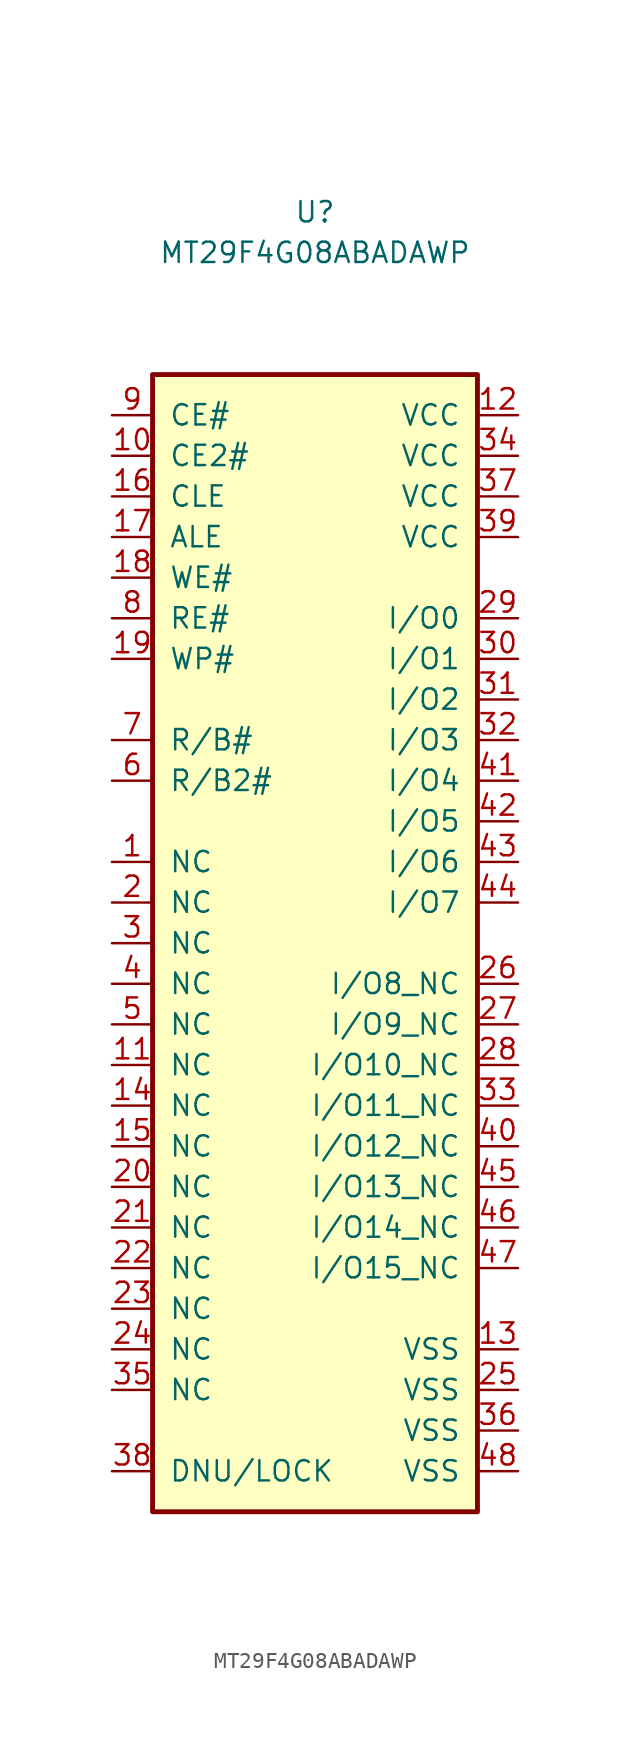
<source format=kicad_sym>
(kicad_symbol_lib
  (version 20211014)
  (generator kicad_symbol_editor)
  (symbol "MT29F4G08ABADAWP"
    (pin_names
      (offset 1.016))
    (property "Reference" "U"
      (at 0 45.72 0)
      (effects (font (size 1.27 1.27))))
    (property "Value" "MT29F4G08ABADAWP"
      (at 0 43.18 0)
      (effects (font (size 1.27 1.27))))
    (symbol "MT29F4G08ABADAWP_0_1"
      (rectangle (start -10.16 35.56) (end 10.16 -35.56) (stroke (width 0.305) (type default) (color 0 0 0 0)) (fill (type background))))
    (symbol "MT29F4G08ABADAWP_1_1"
      (pin passive line (at -12.7 5.08 0) (length 2.54) (name "NC" (effects (font (size 1.27 1.27)))) (number "1" (effects (font (size 1.27 1.27)))))
      (pin input line (at -12.7 30.48 0) (length 2.54) (name "CE2#" (effects (font (size 1.27 1.27)))) (number "10" (effects (font (size 1.27 1.27)))))
      (pin passive line (at -12.7 -7.62 0) (length 2.54) (name "NC" (effects (font (size 1.27 1.27)))) (number "11" (effects (font (size 1.27 1.27)))))
      (pin power_in line (at 12.7 33.02 180) (length 2.54) (name "VCC" (effects (font (size 1.27 1.27)))) (number "12" (effects (font (size 1.27 1.27)))))
      (pin power_in line (at 12.7 -25.4 180) (length 2.54) (name "VSS" (effects (font (size 1.27 1.27)))) (number "13" (effects (font (size 1.27 1.27)))))
      (pin passive line (at -12.7 -10.16 0) (length 2.54) (name "NC" (effects (font (size 1.27 1.27)))) (number "14" (effects (font (size 1.27 1.27)))))
      (pin passive line (at -12.7 -12.7 0) (length 2.54) (name "NC" (effects (font (size 1.27 1.27)))) (number "15" (effects (font (size 1.27 1.27)))))
      (pin input line (at -12.7 27.94 0) (length 2.54) (name "CLE" (effects (font (size 1.27 1.27)))) (number "16" (effects (font (size 1.27 1.27)))))
      (pin input line (at -12.7 25.4 0) (length 2.54) (name "ALE" (effects (font (size 1.27 1.27)))) (number "17" (effects (font (size 1.27 1.27)))))
      (pin input line (at -12.7 22.86 0) (length 2.54) (name "WE#" (effects (font (size 1.27 1.27)))) (number "18" (effects (font (size 1.27 1.27)))))
      (pin input line (at -12.7 17.78 0) (length 2.54) (name "WP#" (effects (font (size 1.27 1.27)))) (number "19" (effects (font (size 1.27 1.27)))))
      (pin passive line (at -12.7 2.54 0) (length 2.54) (name "NC" (effects (font (size 1.27 1.27)))) (number "2" (effects (font (size 1.27 1.27)))))
      (pin passive line (at -12.7 -15.24 0) (length 2.54) (name "NC" (effects (font (size 1.27 1.27)))) (number "20" (effects (font (size 1.27 1.27)))))
      (pin passive line (at -12.7 -17.78 0) (length 2.54) (name "NC" (effects (font (size 1.27 1.27)))) (number "21" (effects (font (size 1.27 1.27)))))
      (pin passive line (at -12.7 -20.32 0) (length 2.54) (name "NC" (effects (font (size 1.27 1.27)))) (number "22" (effects (font (size 1.27 1.27)))))
      (pin passive line (at -12.7 -22.86 0) (length 2.54) (name "NC" (effects (font (size 1.27 1.27)))) (number "23" (effects (font (size 1.27 1.27)))))
      (pin passive line (at -12.7 -25.4 0) (length 2.54) (name "NC" (effects (font (size 1.27 1.27)))) (number "24" (effects (font (size 1.27 1.27)))))
      (pin power_in line (at 12.7 -27.94 180) (length 2.54) (name "VSS" (effects (font (size 1.27 1.27)))) (number "25" (effects (font (size 1.27 1.27)))))
      (pin passive line (at 12.7 -2.54 180) (length 2.54) (name "I/O8_NC" (effects (font (size 1.27 1.27)))) (number "26" (effects (font (size 1.27 1.27)))))
      (pin passive line (at 12.7 -5.08 180) (length 2.54) (name "I/O9_NC" (effects (font (size 1.27 1.27)))) (number "27" (effects (font (size 1.27 1.27)))))
      (pin passive line (at 12.7 -7.62 180) (length 2.54) (name "I/O10_NC" (effects (font (size 1.27 1.27)))) (number "28" (effects (font (size 1.27 1.27)))))
      (pin bidirectional line (at 12.7 20.32 180) (length 2.54) (name "I/O0" (effects (font (size 1.27 1.27)))) (number "29" (effects (font (size 1.27 1.27)))))
      (pin passive line (at -12.7 0 0) (length 2.54) (name "NC" (effects (font (size 1.27 1.27)))) (number "3" (effects (font (size 1.27 1.27)))))
      (pin bidirectional line (at 12.7 17.78 180) (length 2.54) (name "I/O1" (effects (font (size 1.27 1.27)))) (number "30" (effects (font (size 1.27 1.27)))))
      (pin bidirectional line (at 12.7 15.24 180) (length 2.54) (name "I/O2" (effects (font (size 1.27 1.27)))) (number "31" (effects (font (size 1.27 1.27)))))
      (pin bidirectional line (at 12.7 12.7 180) (length 2.54) (name "I/O3" (effects (font (size 1.27 1.27)))) (number "32" (effects (font (size 1.27 1.27)))))
      (pin passive line (at 12.7 -10.16 180) (length 2.54) (name "I/O11_NC" (effects (font (size 1.27 1.27)))) (number "33" (effects (font (size 1.27 1.27)))))
      (pin power_in line (at 12.7 30.48 180) (length 2.54) (name "VCC" (effects (font (size 1.27 1.27)))) (number "34" (effects (font (size 1.27 1.27)))))
      (pin passive line (at -12.7 -27.94 0) (length 2.54) (name "NC" (effects (font (size 1.27 1.27)))) (number "35" (effects (font (size 1.27 1.27)))))
      (pin power_in line (at 12.7 -30.48 180) (length 2.54) (name "VSS" (effects (font (size 1.27 1.27)))) (number "36" (effects (font (size 1.27 1.27)))))
      (pin power_in line (at 12.7 27.94 180) (length 2.54) (name "VCC" (effects (font (size 1.27 1.27)))) (number "37" (effects (font (size 1.27 1.27)))))
      (pin passive line (at -12.7 -33.02 0) (length 2.54) (name "DNU/LOCK" (effects (font (size 1.27 1.27)))) (number "38" (effects (font (size 1.27 1.27)))))
      (pin power_in line (at 12.7 25.4 180) (length 2.54) (name "VCC" (effects (font (size 1.27 1.27)))) (number "39" (effects (font (size 1.27 1.27)))))
      (pin passive line (at -12.7 -2.54 0) (length 2.54) (name "NC" (effects (font (size 1.27 1.27)))) (number "4" (effects (font (size 1.27 1.27)))))
      (pin passive line (at 12.7 -12.7 180) (length 2.54) (name "I/O12_NC" (effects (font (size 1.27 1.27)))) (number "40" (effects (font (size 1.27 1.27)))))
      (pin bidirectional line (at 12.7 10.16 180) (length 2.54) (name "I/O4" (effects (font (size 1.27 1.27)))) (number "41" (effects (font (size 1.27 1.27)))))
      (pin bidirectional line (at 12.7 7.62 180) (length 2.54) (name "I/O5" (effects (font (size 1.27 1.27)))) (number "42" (effects (font (size 1.27 1.27)))))
      (pin bidirectional line (at 12.7 5.08 180) (length 2.54) (name "I/O6" (effects (font (size 1.27 1.27)))) (number "43" (effects (font (size 1.27 1.27)))))
      (pin bidirectional line (at 12.7 2.54 180) (length 2.54) (name "I/O7" (effects (font (size 1.27 1.27)))) (number "44" (effects (font (size 1.27 1.27)))))
      (pin passive line (at 12.7 -15.24 180) (length 2.54) (name "I/O13_NC" (effects (font (size 1.27 1.27)))) (number "45" (effects (font (size 1.27 1.27)))))
      (pin passive line (at 12.7 -17.78 180) (length 2.54) (name "I/O14_NC" (effects (font (size 1.27 1.27)))) (number "46" (effects (font (size 1.27 1.27)))))
      (pin passive line (at 12.7 -20.32 180) (length 2.54) (name "I/O15_NC" (effects (font (size 1.27 1.27)))) (number "47" (effects (font (size 1.27 1.27)))))
      (pin power_in line (at 12.7 -33.02 180) (length 2.54) (name "VSS" (effects (font (size 1.27 1.27)))) (number "48" (effects (font (size 1.27 1.27)))))
      (pin passive line (at -12.7 -5.08 0) (length 2.54) (name "NC" (effects (font (size 1.27 1.27)))) (number "5" (effects (font (size 1.27 1.27)))))
      (pin output line (at -12.7 10.16 0) (length 2.54) (name "R/B2#" (effects (font (size 1.27 1.27)))) (number "6" (effects (font (size 1.27 1.27)))))
      (pin output line (at -12.7 12.7 0) (length 2.54) (name "R/B#" (effects (font (size 1.27 1.27)))) (number "7" (effects (font (size 1.27 1.27)))))
      (pin input line (at -12.7 20.32 0) (length 2.54) (name "RE#" (effects (font (size 1.27 1.27)))) (number "8" (effects (font (size 1.27 1.27)))))
      (pin input line (at -12.7 33.02 0) (length 2.54) (name "CE#" (effects (font (size 1.27 1.27)))) (number "9" (effects (font (size 1.27 1.27))))))))
</source>
